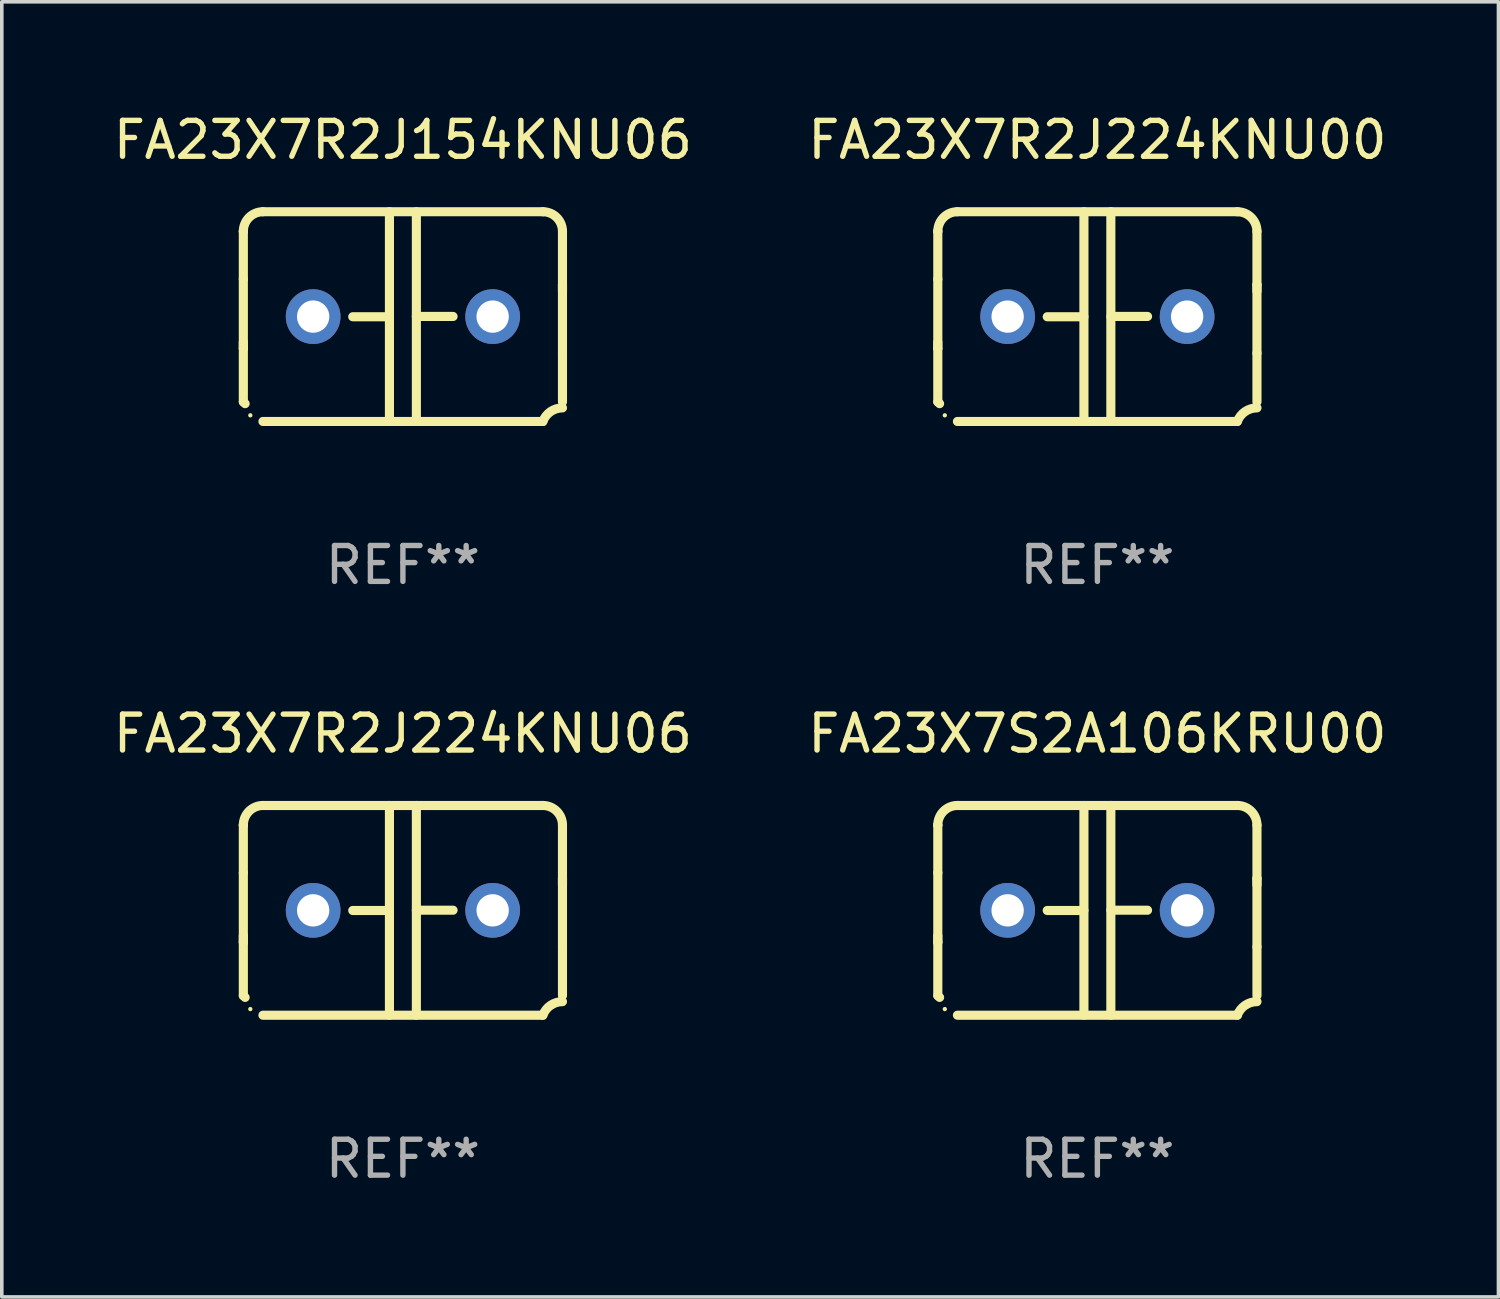
<source format=kicad_pcb>
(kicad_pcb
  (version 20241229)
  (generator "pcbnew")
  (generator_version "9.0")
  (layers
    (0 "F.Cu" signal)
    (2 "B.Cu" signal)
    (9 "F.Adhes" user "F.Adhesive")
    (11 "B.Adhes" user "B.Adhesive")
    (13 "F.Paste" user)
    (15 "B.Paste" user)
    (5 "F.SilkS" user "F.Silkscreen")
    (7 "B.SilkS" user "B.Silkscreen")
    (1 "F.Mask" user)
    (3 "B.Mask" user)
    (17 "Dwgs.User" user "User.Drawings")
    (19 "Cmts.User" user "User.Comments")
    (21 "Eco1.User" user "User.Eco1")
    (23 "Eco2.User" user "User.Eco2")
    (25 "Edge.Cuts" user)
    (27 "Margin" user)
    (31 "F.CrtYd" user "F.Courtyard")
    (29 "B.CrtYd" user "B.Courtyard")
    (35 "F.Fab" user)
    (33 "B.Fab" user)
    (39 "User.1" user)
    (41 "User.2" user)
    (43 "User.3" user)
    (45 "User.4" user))
  (footprint "FA23X7S2A106KRU00"
    (layer "F.Cu")
    (at 27.518 22.308)
    (property "Reference" "FA23X7S2A106KRU00" (at 0 -4.921 0) (layer "F.SilkS") (effects (font (size 1 1) (thickness 0.15))))
    (attr through_hole)
    (fp_line (start -4.445 2.375) (end -4.445 0.889) (stroke (width 0.254) (type solid)) (layer "F.SilkS"))
    (fp_line (start -4.445 -2.375) (end -4.445 -2.375) (stroke (width 0.254) (type solid)) (layer "F.SilkS"))
    (fp_line (start -4.445 -1.045) (end -4.445 -2.375) (stroke (width 0.254) (type solid)) (layer "F.SilkS"))
    (fp_line (start -4.445 -1.045) (end -4.445 0.889) (stroke (width 0.254) (type solid)) (layer "F.SilkS"))
    (fp_line (start -4.445 0.889) (end -4.445 0.708) (stroke (width 0.254) (type solid)) (layer "F.SilkS"))
    (fp_line (start -3.899 -2.921) (end 3.899 -2.921) (stroke (width 0.254) (type solid)) (layer "F.SilkS"))
    (fp_line (start -0.375 0.004) (end -1.397 0.004) (stroke (width 0.254) (type solid)) (layer "F.SilkS"))
    (fp_line (start -0.375 2.921) (end -0.375 -2.921) (stroke (width 0.254) (type solid)) (layer "F.SilkS"))
    (fp_line (start 0.375 -2.921) (end 0.375 2.921) (stroke (width 0.254) (type solid)) (layer "F.SilkS"))
    (fp_line (start 0.375 -0.004) (end 1.397 -0.004) (stroke (width 0.254) (type solid)) (layer "F.SilkS"))
    (fp_line (start 3.899 2.921) (end -3.899 2.921) (stroke (width 0.254) (type solid)) (layer "F.SilkS"))
    (fp_line (start 4.445 -0.889) (end 4.445 -0.708) (stroke (width 0.254) (type solid)) (layer "F.SilkS"))
    (fp_line (start 4.445 -0.889) (end 4.445 1.02) (stroke (width 0.254) (type solid)) (layer "F.SilkS"))
    (fp_line (start 4.445 1.02) (end 4.445 2.375) (stroke (width 0.254) (type solid)) (layer "F.SilkS"))
    (fp_line (start 4.445 -2.375) (end 4.445 -0.889) (stroke (width 0.254) (type solid)) (layer "F.SilkS"))
    (fp_arc (start -4.445034 -2.374778) (mid -4.285049 -2.761028) (end -3.898806 -2.921031) (stroke (width 0.254001) (type solid)) (layer "F.SilkS"))
    (fp_arc (start -4.445034 2.374803) (mid -4.4201 2.399713) (end -4.395166 2.424624) (stroke (width 0.254001) (type solid)) (layer "F.SilkS"))
    (fp_arc (start 3.898781 -2.921031) (mid 4.285035 -2.76105) (end 4.445034 -2.374803) (stroke (width 0.254001) (type solid)) (layer "F.SilkS"))
    (fp_arc (start 3.898806 2.921031) (mid 4.112864 2.64665) (end 4.445037 2.542888) (stroke (width 0.254001) (type solid)) (layer "F.SilkS"))
    (fp_circle (center -4.25 2.75) (end -4.22 2.75) (stroke (width 0.06) (type solid)) (fill no) (layer "F.SilkS"))
    (fp_text user "REF**" (at 0 6.921 0) (layer "F.Fab") (effects (font (size 1 1) (thickness 0.15))))
    (pad "1" thru_hole circle (at -2.5 0) (size 1.524 1.524) (drill 0.9) (layers "*.Cu" "*.Mask"))
    (pad "2" thru_hole circle (at 2.5 0) (size 1.524 1.524) (drill 0.9) (layers "*.Cu" "*.Mask")))
  (footprint "FA23X7R2J224KNU06"
    (layer "F.Cu")
    (at 8.173 22.308)
    (property "Reference" "FA23X7R2J224KNU06" (at 0 -4.921 0) (layer "F.SilkS") (effects (font (size 1 1) (thickness 0.15))))
    (attr through_hole)
    (fp_line (start -4.445 2.375) (end -4.445 0.889) (stroke (width 0.254) (type solid)) (layer "F.SilkS"))
    (fp_line (start -4.445 -2.375) (end -4.445 -2.375) (stroke (width 0.254) (type solid)) (layer "F.SilkS"))
    (fp_line (start -4.445 -1.045) (end -4.445 -2.375) (stroke (width 0.254) (type solid)) (layer "F.SilkS"))
    (fp_line (start -4.445 -1.045) (end -4.445 0.889) (stroke (width 0.254) (type solid)) (layer "F.SilkS"))
    (fp_line (start -4.445 0.889) (end -4.445 0.708) (stroke (width 0.254) (type solid)) (layer "F.SilkS"))
    (fp_line (start -3.899 -2.921) (end 3.899 -2.921) (stroke (width 0.254) (type solid)) (layer "F.SilkS"))
    (fp_line (start -0.375 0.004) (end -1.397 0.004) (stroke (width 0.254) (type solid)) (layer "F.SilkS"))
    (fp_line (start -0.375 2.921) (end -0.375 -2.921) (stroke (width 0.254) (type solid)) (layer "F.SilkS"))
    (fp_line (start 0.375 -2.921) (end 0.375 2.921) (stroke (width 0.254) (type solid)) (layer "F.SilkS"))
    (fp_line (start 0.375 -0.004) (end 1.397 -0.004) (stroke (width 0.254) (type solid)) (layer "F.SilkS"))
    (fp_line (start 3.899 2.921) (end -3.899 2.921) (stroke (width 0.254) (type solid)) (layer "F.SilkS"))
    (fp_line (start 4.445 -0.889) (end 4.445 -0.708) (stroke (width 0.254) (type solid)) (layer "F.SilkS"))
    (fp_line (start 4.445 -0.889) (end 4.445 1.02) (stroke (width 0.254) (type solid)) (layer "F.SilkS"))
    (fp_line (start 4.445 1.02) (end 4.445 2.375) (stroke (width 0.254) (type solid)) (layer "F.SilkS"))
    (fp_line (start 4.445 -2.375) (end 4.445 -0.889) (stroke (width 0.254) (type solid)) (layer "F.SilkS"))
    (fp_arc (start -4.445034 -2.374778) (mid -4.285049 -2.761028) (end -3.898806 -2.921031) (stroke (width 0.254001) (type solid)) (layer "F.SilkS"))
    (fp_arc (start -4.445034 2.374803) (mid -4.4201 2.399713) (end -4.395166 2.424624) (stroke (width 0.254001) (type solid)) (layer "F.SilkS"))
    (fp_arc (start 3.898781 -2.921031) (mid 4.285035 -2.76105) (end 4.445034 -2.374803) (stroke (width 0.254001) (type solid)) (layer "F.SilkS"))
    (fp_arc (start 3.898806 2.921031) (mid 4.112864 2.64665) (end 4.445037 2.542888) (stroke (width 0.254001) (type solid)) (layer "F.SilkS"))
    (fp_circle (center -4.25 2.75) (end -4.22 2.75) (stroke (width 0.06) (type solid)) (fill no) (layer "F.SilkS"))
    (fp_text user "REF**" (at 0 6.921 0) (layer "F.Fab") (effects (font (size 1 1) (thickness 0.15))))
    (pad "1" thru_hole circle (at -2.5 0) (size 1.524 1.524) (drill 0.9) (layers "*.Cu" "*.Mask"))
    (pad "2" thru_hole circle (at 2.5 0) (size 1.524 1.524) (drill 0.9) (layers "*.Cu" "*.Mask")))
  (footprint "FA23X7R2J154KNU06"
    (layer "F.Cu")
    (at 8.173 5.769)
    (property "Reference" "FA23X7R2J154KNU06" (at 0 -4.921 0) (layer "F.SilkS") (effects (font (size 1 1) (thickness 0.15))))
    (attr through_hole)
    (fp_line (start -4.445 2.375) (end -4.445 0.889) (stroke (width 0.254) (type solid)) (layer "F.SilkS"))
    (fp_line (start -4.445 -2.375) (end -4.445 -2.375) (stroke (width 0.254) (type solid)) (layer "F.SilkS"))
    (fp_line (start -4.445 -1.045) (end -4.445 -2.375) (stroke (width 0.254) (type solid)) (layer "F.SilkS"))
    (fp_line (start -4.445 -1.045) (end -4.445 0.889) (stroke (width 0.254) (type solid)) (layer "F.SilkS"))
    (fp_line (start -4.445 0.889) (end -4.445 0.708) (stroke (width 0.254) (type solid)) (layer "F.SilkS"))
    (fp_line (start -3.899 -2.921) (end 3.899 -2.921) (stroke (width 0.254) (type solid)) (layer "F.SilkS"))
    (fp_line (start -0.375 0.004) (end -1.397 0.004) (stroke (width 0.254) (type solid)) (layer "F.SilkS"))
    (fp_line (start -0.375 2.921) (end -0.375 -2.921) (stroke (width 0.254) (type solid)) (layer "F.SilkS"))
    (fp_line (start 0.375 -2.921) (end 0.375 2.921) (stroke (width 0.254) (type solid)) (layer "F.SilkS"))
    (fp_line (start 0.375 -0.004) (end 1.397 -0.004) (stroke (width 0.254) (type solid)) (layer "F.SilkS"))
    (fp_line (start 3.899 2.921) (end -3.899 2.921) (stroke (width 0.254) (type solid)) (layer "F.SilkS"))
    (fp_line (start 4.445 -0.889) (end 4.445 -0.708) (stroke (width 0.254) (type solid)) (layer "F.SilkS"))
    (fp_line (start 4.445 -0.889) (end 4.445 1.02) (stroke (width 0.254) (type solid)) (layer "F.SilkS"))
    (fp_line (start 4.445 1.02) (end 4.445 2.375) (stroke (width 0.254) (type solid)) (layer "F.SilkS"))
    (fp_line (start 4.445 -2.375) (end 4.445 -0.889) (stroke (width 0.254) (type solid)) (layer "F.SilkS"))
    (fp_arc (start -4.445034 -2.374778) (mid -4.285049 -2.761028) (end -3.898806 -2.921031) (stroke (width 0.254001) (type solid)) (layer "F.SilkS"))
    (fp_arc (start -4.445034 2.374803) (mid -4.4201 2.399713) (end -4.395166 2.424624) (stroke (width 0.254001) (type solid)) (layer "F.SilkS"))
    (fp_arc (start 3.898781 -2.921031) (mid 4.285035 -2.76105) (end 4.445034 -2.374803) (stroke (width 0.254001) (type solid)) (layer "F.SilkS"))
    (fp_arc (start 3.898806 2.921031) (mid 4.112864 2.64665) (end 4.445037 2.542888) (stroke (width 0.254001) (type solid)) (layer "F.SilkS"))
    (fp_circle (center -4.25 2.75) (end -4.22 2.75) (stroke (width 0.06) (type solid)) (fill no) (layer "F.SilkS"))
    (fp_text user "REF**" (at 0 6.921 0) (layer "F.Fab") (effects (font (size 1 1) (thickness 0.15))))
    (pad "1" thru_hole circle (at -2.5 0) (size 1.524 1.524) (drill 0.9) (layers "*.Cu" "*.Mask"))
    (pad "2" thru_hole circle (at 2.5 0) (size 1.524 1.524) (drill 0.9) (layers "*.Cu" "*.Mask")))
  (footprint "FA23X7R2J224KNU00"
    (layer "F.Cu")
    (at 27.518 5.769)
    (property "Reference" "FA23X7R2J224KNU00" (at 0 -4.921 0) (layer "F.SilkS") (effects (font (size 1 1) (thickness 0.15))))
    (attr through_hole)
    (fp_line (start -4.445 2.375) (end -4.445 0.889) (stroke (width 0.254) (type solid)) (layer "F.SilkS"))
    (fp_line (start -4.445 -2.375) (end -4.445 -2.375) (stroke (width 0.254) (type solid)) (layer "F.SilkS"))
    (fp_line (start -4.445 -1.045) (end -4.445 -2.375) (stroke (width 0.254) (type solid)) (layer "F.SilkS"))
    (fp_line (start -4.445 -1.045) (end -4.445 0.889) (stroke (width 0.254) (type solid)) (layer "F.SilkS"))
    (fp_line (start -4.445 0.889) (end -4.445 0.708) (stroke (width 0.254) (type solid)) (layer "F.SilkS"))
    (fp_line (start -3.899 -2.921) (end 3.899 -2.921) (stroke (width 0.254) (type solid)) (layer "F.SilkS"))
    (fp_line (start -0.375 0.004) (end -1.397 0.004) (stroke (width 0.254) (type solid)) (layer "F.SilkS"))
    (fp_line (start -0.375 2.921) (end -0.375 -2.921) (stroke (width 0.254) (type solid)) (layer "F.SilkS"))
    (fp_line (start 0.375 -2.921) (end 0.375 2.921) (stroke (width 0.254) (type solid)) (layer "F.SilkS"))
    (fp_line (start 0.375 -0.004) (end 1.397 -0.004) (stroke (width 0.254) (type solid)) (layer "F.SilkS"))
    (fp_line (start 3.899 2.921) (end -3.899 2.921) (stroke (width 0.254) (type solid)) (layer "F.SilkS"))
    (fp_line (start 4.445 -0.889) (end 4.445 -0.708) (stroke (width 0.254) (type solid)) (layer "F.SilkS"))
    (fp_line (start 4.445 -0.889) (end 4.445 1.02) (stroke (width 0.254) (type solid)) (layer "F.SilkS"))
    (fp_line (start 4.445 1.02) (end 4.445 2.375) (stroke (width 0.254) (type solid)) (layer "F.SilkS"))
    (fp_line (start 4.445 -2.375) (end 4.445 -0.889) (stroke (width 0.254) (type solid)) (layer "F.SilkS"))
    (fp_arc (start -4.445034 -2.374778) (mid -4.285049 -2.761028) (end -3.898806 -2.921031) (stroke (width 0.254001) (type solid)) (layer "F.SilkS"))
    (fp_arc (start -4.445034 2.374803) (mid -4.4201 2.399713) (end -4.395166 2.424624) (stroke (width 0.254001) (type solid)) (layer "F.SilkS"))
    (fp_arc (start 3.898781 -2.921031) (mid 4.285035 -2.76105) (end 4.445034 -2.374803) (stroke (width 0.254001) (type solid)) (layer "F.SilkS"))
    (fp_arc (start 3.898806 2.921031) (mid 4.112864 2.64665) (end 4.445037 2.542888) (stroke (width 0.254001) (type solid)) (layer "F.SilkS"))
    (fp_circle (center -4.25 2.75) (end -4.22 2.75) (stroke (width 0.06) (type solid)) (fill no) (layer "F.SilkS"))
    (fp_text user "REF**" (at 0 6.921 0) (layer "F.Fab") (effects (font (size 1 1) (thickness 0.15))))
    (pad "1" thru_hole circle (at -2.5 0) (size 1.524 1.524) (drill 0.9) (layers "*.Cu" "*.Mask"))
    (pad "2" thru_hole circle (at 2.5 0) (size 1.524 1.524) (drill 0.9) (layers "*.Cu" "*.Mask")))
  (gr_rect
    (start -3 -3)
    (end 38.69 33.077)
    (stroke (width 0.1) (type default))
    (fill no)
    (layer "Edge.Cuts")))
</source>
